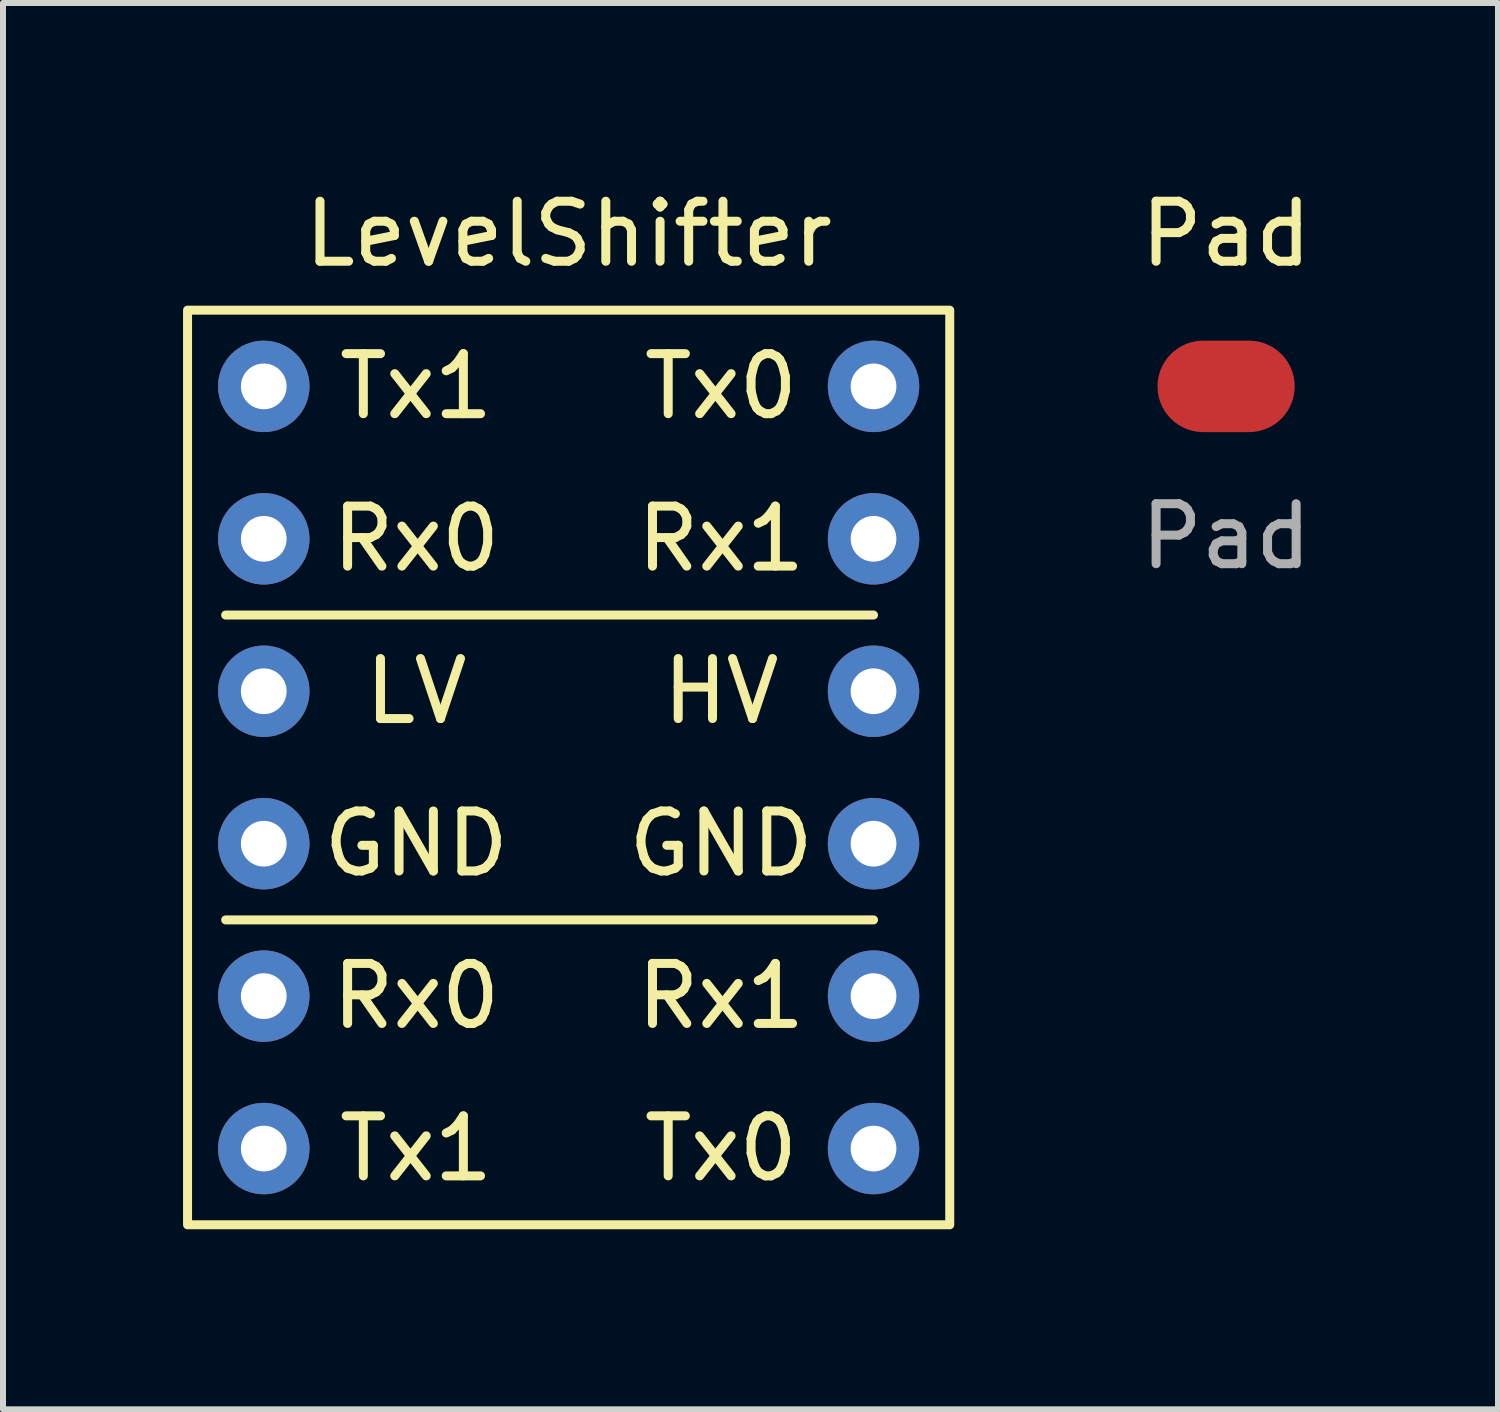
<source format=kicad_pcb>
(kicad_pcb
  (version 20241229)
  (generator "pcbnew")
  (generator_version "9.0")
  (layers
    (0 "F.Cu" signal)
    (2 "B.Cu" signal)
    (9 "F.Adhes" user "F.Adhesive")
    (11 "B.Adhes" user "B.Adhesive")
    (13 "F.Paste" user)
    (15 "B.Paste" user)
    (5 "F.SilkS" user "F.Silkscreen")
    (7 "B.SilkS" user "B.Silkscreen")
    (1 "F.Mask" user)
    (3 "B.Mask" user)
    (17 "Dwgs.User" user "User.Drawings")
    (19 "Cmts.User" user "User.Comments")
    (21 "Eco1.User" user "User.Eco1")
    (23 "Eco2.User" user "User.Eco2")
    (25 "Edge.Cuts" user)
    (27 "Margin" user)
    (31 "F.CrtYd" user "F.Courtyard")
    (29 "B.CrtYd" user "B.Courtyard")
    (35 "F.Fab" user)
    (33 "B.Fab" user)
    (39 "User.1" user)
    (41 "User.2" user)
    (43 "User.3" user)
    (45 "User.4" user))
  (footprint "LevelShifter"
    (layer "F.Cu")
    (at 6.425 9.738)
    (property "Reference" "LevelShifter" (at 0 -8.89 0) (unlocked yes) (layer "F.SilkS") (effects (font (size 1 1) (thickness 0.15))))
    (attr through_hole)
    (fp_line (start -5.715 -2.54) (end 5.08 -2.54) (stroke (width 0.15) (type solid)) (layer "F.SilkS"))
    (fp_line (start -5.715 2.54) (end 5.08 2.54) (stroke (width 0.15) (type solid)) (layer "F.SilkS"))
    (fp_rect (start 6.35 7.62) (end -6.35 -7.62) (stroke (width 0.15) (type solid)) (fill no) (layer "F.SilkS"))
    (fp_text user "Rx1" (at 2.54 -3.81 0) (unlocked yes) (layer "F.SilkS") (effects (font (size 1 1) (thickness 0.15))))
    (fp_text user "GND" (at -2.54 1.27 0) (unlocked yes) (layer "F.SilkS") (effects (font (size 1 1) (thickness 0.15))))
    (fp_text user "Rx0" (at -2.54 -3.81 0) (unlocked yes) (layer "F.SilkS") (effects (font (size 1 1) (thickness 0.15))))
    (fp_text user "Tx0" (at 2.54 -6.35 0) (unlocked yes) (layer "F.SilkS") (effects (font (size 1 1) (thickness 0.15))))
    (fp_text user "Tx1" (at -2.54 -6.35 0) (unlocked yes) (layer "F.SilkS") (effects (font (size 1 1) (thickness 0.15))))
    (fp_text user "LV" (at -2.54 -1.27 0) (unlocked yes) (layer "F.SilkS") (effects (font (size 1 1) (thickness 0.15))))
    (fp_text user "Rx1" (at 2.54 3.81 0) (unlocked yes) (layer "F.SilkS") (effects (font (size 1 1) (thickness 0.15))))
    (fp_text user "Rx0" (at -2.54 3.81 0) (unlocked yes) (layer "F.SilkS") (effects (font (size 1 1) (thickness 0.15))))
    (fp_text user "Tx0" (at 2.54 6.35 0) (unlocked yes) (layer "F.SilkS") (effects (font (size 1 1) (thickness 0.15))))
    (fp_text user "Tx1" (at -2.54 6.35 0) (unlocked yes) (layer "F.SilkS") (effects (font (size 1 1) (thickness 0.15))))
    (fp_text user "HV" (at 2.54 -1.27 0) (unlocked yes) (layer "F.SilkS") (effects (font (size 1 1) (thickness 0.15))))
    (fp_text user "GND" (at 2.54 1.27 0) (unlocked yes) (layer "F.SilkS") (effects (font (size 1 1) (thickness 0.15))))
    (pad "1" thru_hole circle (at 5.08 -6.35) (size 1.524 1.524) (drill 0.762) (layers "*.Cu" "*.Mask"))
    (pad "2" thru_hole circle (at 5.08 -3.81) (size 1.524 1.524) (drill 0.762) (layers "*.Cu" "*.Mask"))
    (pad "3" thru_hole circle (at 5.08 -1.27) (size 1.524 1.524) (drill 0.762) (layers "*.Cu" "*.Mask"))
    (pad "4" thru_hole circle (at 5.08 1.27) (size 1.524 1.524) (drill 0.762) (layers "*.Cu" "*.Mask"))
    (pad "5" thru_hole circle (at 5.08 3.81) (size 1.524 1.524) (drill 0.762) (layers "*.Cu" "*.Mask"))
    (pad "6" thru_hole circle (at 5.08 6.35) (size 1.524 1.524) (drill 0.762) (layers "*.Cu" "*.Mask"))
    (pad "7" thru_hole circle (at -5.08 6.35) (size 1.524 1.524) (drill 0.762) (layers "*.Cu" "*.Mask"))
    (pad "8" thru_hole circle (at -5.08 3.81) (size 1.524 1.524) (drill 0.762) (layers "*.Cu" "*.Mask"))
    (pad "9" thru_hole circle (at -5.08 1.27) (size 1.524 1.524) (drill 0.762) (layers "*.Cu" "*.Mask"))
    (pad "10" thru_hole circle (at -5.08 -1.27) (size 1.524 1.524) (drill 0.762) (layers "*.Cu" "*.Mask"))
    (pad "11" thru_hole circle (at -5.08 -3.81) (size 1.524 1.524) (drill 0.762) (layers "*.Cu" "*.Mask"))
    (pad "12" thru_hole circle (at -5.08 -6.35) (size 1.524 1.524) (drill 0.762) (layers "*.Cu" "*.Mask")))
  (footprint "Pad"
    (layer "F.Cu")
    (at 17.38 3.388)
    (property "Reference" "Pad" (at 0 -2.54 0) (unlocked yes) (layer "F.SilkS") (effects (font (size 1 1) (thickness 0.15))))
    (attr smd)
    (fp_text user "${REFERENCE}" (at 0 2.5 0) (unlocked yes) (layer "F.Fab") (effects (font (size 1 1) (thickness 0.15))))
    (pad "1" smd oval (at 0 0) (size 2.286 1.524) (layers "F.Cu" "F.Mask")))
  (gr_rect
    (start -3 -3)
    (end 21.91 20.433)
    (stroke (width 0.1) (type default))
    (fill no)
    (layer "Edge.Cuts")))
</source>
